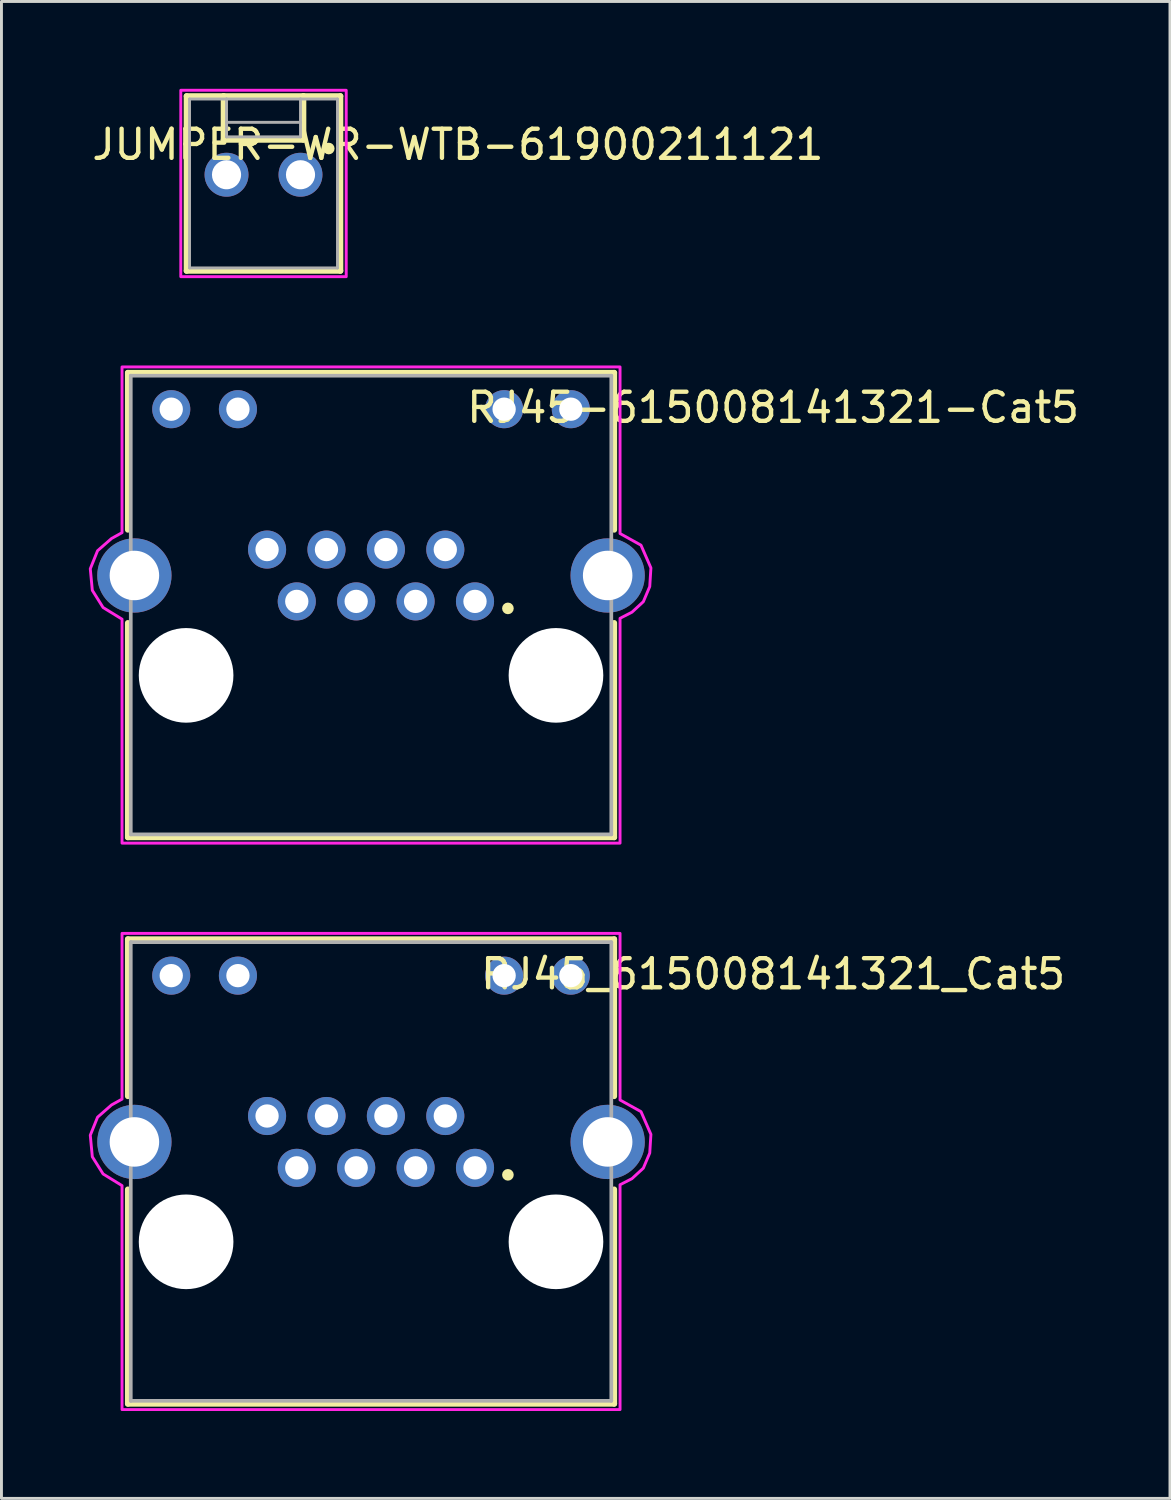
<source format=kicad_pcb>
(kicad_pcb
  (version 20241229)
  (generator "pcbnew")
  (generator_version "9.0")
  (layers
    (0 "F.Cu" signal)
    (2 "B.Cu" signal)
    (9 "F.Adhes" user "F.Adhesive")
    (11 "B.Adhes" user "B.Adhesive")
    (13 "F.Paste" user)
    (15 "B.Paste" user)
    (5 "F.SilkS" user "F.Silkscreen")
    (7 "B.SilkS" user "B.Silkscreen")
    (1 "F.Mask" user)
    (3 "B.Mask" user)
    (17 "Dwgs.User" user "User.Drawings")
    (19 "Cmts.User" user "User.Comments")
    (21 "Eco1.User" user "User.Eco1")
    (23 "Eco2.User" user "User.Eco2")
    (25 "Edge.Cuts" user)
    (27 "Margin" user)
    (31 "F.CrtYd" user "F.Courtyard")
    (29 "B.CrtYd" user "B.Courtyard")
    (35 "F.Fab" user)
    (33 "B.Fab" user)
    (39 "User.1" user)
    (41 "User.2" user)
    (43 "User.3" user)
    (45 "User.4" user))
  (footprint "RJ45-615008141321-Cat5"
    (layer "F.Cu")
    (at 9.69 17.725)
    (property "Reference" "RJ45-615008141321-Cat5" (at 13.807 -6.78 0) (layer "F.SilkS") (effects (font (size 1 1) (thickness 0.15))))
    (attr through_hole)
    (fp_line (start -8.35 -7.975) (end 8.35 -7.975) (stroke (width 0.2) (type solid)) (layer "F.SilkS"))
    (fp_line (start -8.35 -2.585) (end -8.35 -7.975) (stroke (width 0.2) (type solid)) (layer "F.SilkS"))
    (fp_line (start -8.35 0.615) (end -8.35 7.975) (stroke (width 0.2) (type solid)) (layer "F.SilkS"))
    (fp_line (start -8.35 7.975) (end 8.35 7.975) (stroke (width 0.2) (type solid)) (layer "F.SilkS"))
    (fp_line (start 8.35 -7.975) (end 8.35 -2.585) (stroke (width 0.2) (type solid)) (layer "F.SilkS"))
    (fp_line (start 8.35 7.975) (end 8.35 0.615) (stroke (width 0.2) (type solid)) (layer "F.SilkS"))
    (fp_circle (center 4.7 0.115) (end 4.8 0.115) (stroke (width 0.2) (type solid)) (fill no) (layer "F.SilkS"))
    (fp_poly (pts (xy -8.55 -8.175) (xy 8.55 -8.175) (xy 8.55 -2.455) (xy 9.27 -2.055) (xy 9.61 -1.275) (xy 9.57 -0.635) (xy 9.35 -0.115) (xy 8.96 0.245) (xy 8.55 0.455) (xy 8.55 8.175) (xy -8.55 8.175) (xy -8.55 0.485) (xy -9.2 0.085) (xy -9.57 -0.505) (xy -9.64 -1.245) (xy -9.39 -1.865) (xy -8.91 -2.285) (xy -8.55 -2.485)) (stroke (width 0.1) (type solid)) (fill no) (layer "F.CrtYd"))
    (fp_line (start -8.25 -7.875) (end 8.25 -7.875) (stroke (width 0.127) (type solid)) (layer "F.Fab"))
    (fp_line (start -8.25 7.875) (end -8.25 -7.875) (stroke (width 0.127) (type solid)) (layer "F.Fab"))
    (fp_line (start 8.25 -7.875) (end 8.25 7.875) (stroke (width 0.127) (type solid)) (layer "F.Fab"))
    (fp_line (start 8.25 7.875) (end -8.25 7.875) (stroke (width 0.127) (type solid)) (layer "F.Fab"))
    (pad "" np_thru_hole circle (at -6.35 2.415) (size 3.25 3.25) (drill 3.25) (layers "*.Cu" "*.Mask"))
    (pad "" np_thru_hole circle (at 6.35 2.415) (size 3.25 3.25) (drill 3.25) (layers "*.Cu" "*.Mask"))
    (pad "1" thru_hole circle (at 3.57 -0.125) (size 1.308 1.308) (drill 0.8) (layers "*.Cu" "*.Mask"))
    (pad "2" thru_hole circle (at 2.55 -1.905) (size 1.308 1.308) (drill 0.8) (layers "*.Cu" "*.Mask"))
    (pad "3" thru_hole circle (at 1.53 -0.125) (size 1.308 1.308) (drill 0.8) (layers "*.Cu" "*.Mask"))
    (pad "4" thru_hole circle (at 0.51 -1.905) (size 1.308 1.308) (drill 0.8) (layers "*.Cu" "*.Mask"))
    (pad "5" thru_hole circle (at -0.51 -0.125) (size 1.308 1.308) (drill 0.8) (layers "*.Cu" "*.Mask"))
    (pad "6" thru_hole circle (at -1.53 -1.905) (size 1.308 1.308) (drill 0.8) (layers "*.Cu" "*.Mask"))
    (pad "7" thru_hole circle (at -2.55 -0.125) (size 1.308 1.308) (drill 0.8) (layers "*.Cu" "*.Mask"))
    (pad "8" thru_hole circle (at -3.57 -1.905) (size 1.308 1.308) (drill 0.8) (layers "*.Cu" "*.Mask"))
    (pad "9" thru_hole circle (at 6.86 -6.725) (size 1.308 1.308) (drill 0.8) (layers "*.Cu" "*.Mask"))
    (pad "10" thru_hole circle (at 4.57 -6.725) (size 1.308 1.308) (drill 0.8) (layers "*.Cu" "*.Mask"))
    (pad "11" thru_hole circle (at -4.57 -6.725) (size 1.308 1.308) (drill 0.8) (layers "*.Cu" "*.Mask"))
    (pad "12" thru_hole circle (at -6.86 -6.725) (size 1.308 1.308) (drill 0.8) (layers "*.Cu" "*.Mask"))
    (pad "S1" thru_hole circle (at -8.125 -1.015) (size 2.55 2.55) (drill 1.7) (layers "*.Cu" "*.Mask"))
    (pad "S2" thru_hole circle (at 8.125 -1.015) (size 2.55 2.55) (drill 1.7) (layers "*.Cu" "*.Mask")))
  (footprint "RJ45_615008141321_Cat5"
    (layer "F.Cu")
    (at 9.69 37.175)
    (property "Reference" "RJ45_615008141321_Cat5" (at 13.807 -6.78 0) (layer "F.SilkS") (effects (font (size 1 1) (thickness 0.15))))
    (attr through_hole)
    (fp_line (start -8.35 -7.975) (end 8.35 -7.975) (stroke (width 0.2) (type solid)) (layer "F.SilkS"))
    (fp_line (start -8.35 -2.585) (end -8.35 -7.975) (stroke (width 0.2) (type solid)) (layer "F.SilkS"))
    (fp_line (start -8.35 0.615) (end -8.35 7.975) (stroke (width 0.2) (type solid)) (layer "F.SilkS"))
    (fp_line (start -8.35 7.975) (end 8.35 7.975) (stroke (width 0.2) (type solid)) (layer "F.SilkS"))
    (fp_line (start 8.35 -7.975) (end 8.35 -2.585) (stroke (width 0.2) (type solid)) (layer "F.SilkS"))
    (fp_line (start 8.35 7.975) (end 8.35 0.615) (stroke (width 0.2) (type solid)) (layer "F.SilkS"))
    (fp_circle (center 4.7 0.115) (end 4.8 0.115) (stroke (width 0.2) (type solid)) (fill no) (layer "F.SilkS"))
    (fp_poly (pts (xy -8.55 -8.175) (xy 8.55 -8.175) (xy 8.55 -2.455) (xy 9.27 -2.055) (xy 9.61 -1.275) (xy 9.57 -0.635) (xy 9.35 -0.115) (xy 8.96 0.245) (xy 8.55 0.455) (xy 8.55 8.175) (xy -8.55 8.175) (xy -8.55 0.485) (xy -9.2 0.085) (xy -9.57 -0.505) (xy -9.64 -1.245) (xy -9.39 -1.865) (xy -8.91 -2.285) (xy -8.55 -2.485)) (stroke (width 0.1) (type solid)) (fill no) (layer "F.CrtYd"))
    (fp_line (start -8.25 -7.875) (end 8.25 -7.875) (stroke (width 0.127) (type solid)) (layer "F.Fab"))
    (fp_line (start -8.25 7.875) (end -8.25 -7.875) (stroke (width 0.127) (type solid)) (layer "F.Fab"))
    (fp_line (start 8.25 -7.875) (end 8.25 7.875) (stroke (width 0.127) (type solid)) (layer "F.Fab"))
    (fp_line (start 8.25 7.875) (end -8.25 7.875) (stroke (width 0.127) (type solid)) (layer "F.Fab"))
    (pad "" np_thru_hole circle (at -6.35 2.415) (size 3.25 3.25) (drill 3.25) (layers "*.Cu" "*.Mask"))
    (pad "" np_thru_hole circle (at 6.35 2.415) (size 3.25 3.25) (drill 3.25) (layers "*.Cu" "*.Mask"))
    (pad "1" thru_hole circle (at 3.57 -0.125) (size 1.308 1.308) (drill 0.8) (layers "*.Cu" "*.Mask"))
    (pad "2" thru_hole circle (at 2.55 -1.905) (size 1.308 1.308) (drill 0.8) (layers "*.Cu" "*.Mask"))
    (pad "3" thru_hole circle (at 1.53 -0.125) (size 1.308 1.308) (drill 0.8) (layers "*.Cu" "*.Mask"))
    (pad "4" thru_hole circle (at 0.51 -1.905) (size 1.308 1.308) (drill 0.8) (layers "*.Cu" "*.Mask"))
    (pad "5" thru_hole circle (at -0.51 -0.125) (size 1.308 1.308) (drill 0.8) (layers "*.Cu" "*.Mask"))
    (pad "6" thru_hole circle (at -1.53 -1.905) (size 1.308 1.308) (drill 0.8) (layers "*.Cu" "*.Mask"))
    (pad "7" thru_hole circle (at -2.55 -0.125) (size 1.308 1.308) (drill 0.8) (layers "*.Cu" "*.Mask"))
    (pad "8" thru_hole circle (at -3.57 -1.905) (size 1.308 1.308) (drill 0.8) (layers "*.Cu" "*.Mask"))
    (pad "9" thru_hole circle (at 6.86 -6.725) (size 1.308 1.308) (drill 0.8) (layers "*.Cu" "*.Mask"))
    (pad "10" thru_hole circle (at 4.57 -6.725) (size 1.308 1.308) (drill 0.8) (layers "*.Cu" "*.Mask"))
    (pad "11" thru_hole circle (at -4.57 -6.725) (size 1.308 1.308) (drill 0.8) (layers "*.Cu" "*.Mask"))
    (pad "12" thru_hole circle (at -6.86 -6.725) (size 1.308 1.308) (drill 0.8) (layers "*.Cu" "*.Mask"))
    (pad "S1" thru_hole circle (at -8.125 -1.015) (size 2.55 2.55) (drill 1.7) (layers "*.Cu" "*.Mask"))
    (pad "S2" thru_hole circle (at 8.125 -1.015) (size 2.55 2.55) (drill 1.7) (layers "*.Cu" "*.Mask")))
  (footprint "JUMPER-WR-WTB-61900211121"
    (layer "F.Cu")
    (at 5.998 3.25)
    (property "Reference" "JUMPER-WR-WTB-61900211121" (at 6.675 -1.335 0) (layer "F.SilkS") (effects (font (size 1 1) (thickness 0.15))))
    (attr through_hole)
    (fp_line (start -2.64 -3) (end -1.37 -3) (stroke (width 0.2) (type solid)) (layer "F.SilkS"))
    (fp_line (start -2.64 3) (end -2.64 -3) (stroke (width 0.2) (type solid)) (layer "F.SilkS"))
    (fp_line (start -1.37 -3) (end -1.37 -1.5) (stroke (width 0.2) (type solid)) (layer "F.SilkS"))
    (fp_line (start -1.37 -3) (end 1.37 -3) (stroke (width 0.2) (type solid)) (layer "F.SilkS"))
    (fp_line (start -1.37 -1.5) (end 1.37 -1.5) (stroke (width 0.2) (type solid)) (layer "F.SilkS"))
    (fp_line (start 1.37 -3) (end 2.64 -3) (stroke (width 0.2) (type solid)) (layer "F.SilkS"))
    (fp_line (start 1.37 -1.5) (end 1.37 -3) (stroke (width 0.2) (type solid)) (layer "F.SilkS"))
    (fp_line (start 2.64 -3) (end 2.64 3) (stroke (width 0.2) (type solid)) (layer "F.SilkS"))
    (fp_line (start 2.64 3) (end -2.64 3) (stroke (width 0.2) (type solid)) (layer "F.SilkS"))
    (fp_circle (center 2.24 -1.2) (end 2.34 -1.2) (stroke (width 0.2) (type solid)) (fill no) (layer "F.SilkS"))
    (fp_poly (pts (xy -2.84 -3.2) (xy 2.84 -3.2) (xy 2.84 3.2) (xy -2.84 3.2)) (stroke (width 0.1) (type solid)) (fill no) (layer "F.CrtYd"))
    (fp_line (start -2.54 -2.9) (end -1.27 -2.9) (stroke (width 0.1) (type solid)) (layer "F.Fab"))
    (fp_line (start -2.54 2.9) (end -2.54 -2.9) (stroke (width 0.1) (type solid)) (layer "F.Fab"))
    (fp_line (start -1.27 -2.9) (end -1.27 -2.1) (stroke (width 0.1) (type solid)) (layer "F.Fab"))
    (fp_line (start -1.27 -2.9) (end 1.27 -2.9) (stroke (width 0.1) (type solid)) (layer "F.Fab"))
    (fp_line (start -1.27 -2.1) (end 1.27 -2.1) (stroke (width 0.1) (type solid)) (layer "F.Fab"))
    (fp_line (start -1.27 -1.6) (end -1.27 -2.1) (stroke (width 0.1) (type solid)) (layer "F.Fab"))
    (fp_line (start 1.27 -2.9) (end 2.54 -2.9) (stroke (width 0.1) (type solid)) (layer "F.Fab"))
    (fp_line (start 1.27 -2.1) (end 1.27 -2.9) (stroke (width 0.1) (type solid)) (layer "F.Fab"))
    (fp_line (start 1.27 -1.6) (end -1.27 -1.6) (stroke (width 0.1) (type solid)) (layer "F.Fab"))
    (fp_line (start 1.27 -1.6) (end 1.27 -2.1) (stroke (width 0.1) (type solid)) (layer "F.Fab"))
    (fp_line (start 2.54 -2.9) (end 2.54 2.9) (stroke (width 0.1) (type solid)) (layer "F.Fab"))
    (fp_line (start 2.54 2.9) (end -2.54 2.9) (stroke (width 0.1) (type solid)) (layer "F.Fab"))
    (pad "1" thru_hole circle (at 1.27 -0.3) (size 1.508 1.508) (drill 1) (layers "*.Cu" "*.Mask"))
    (pad "2" thru_hole circle (at -1.27 -0.3) (size 1.508 1.508) (drill 1) (layers "*.Cu" "*.Mask")))
  (gr_rect
    (start -3 -3)
    (end 37.123 48.4)
    (stroke (width 0.1) (type default))
    (fill no)
    (layer "Edge.Cuts")))
</source>
